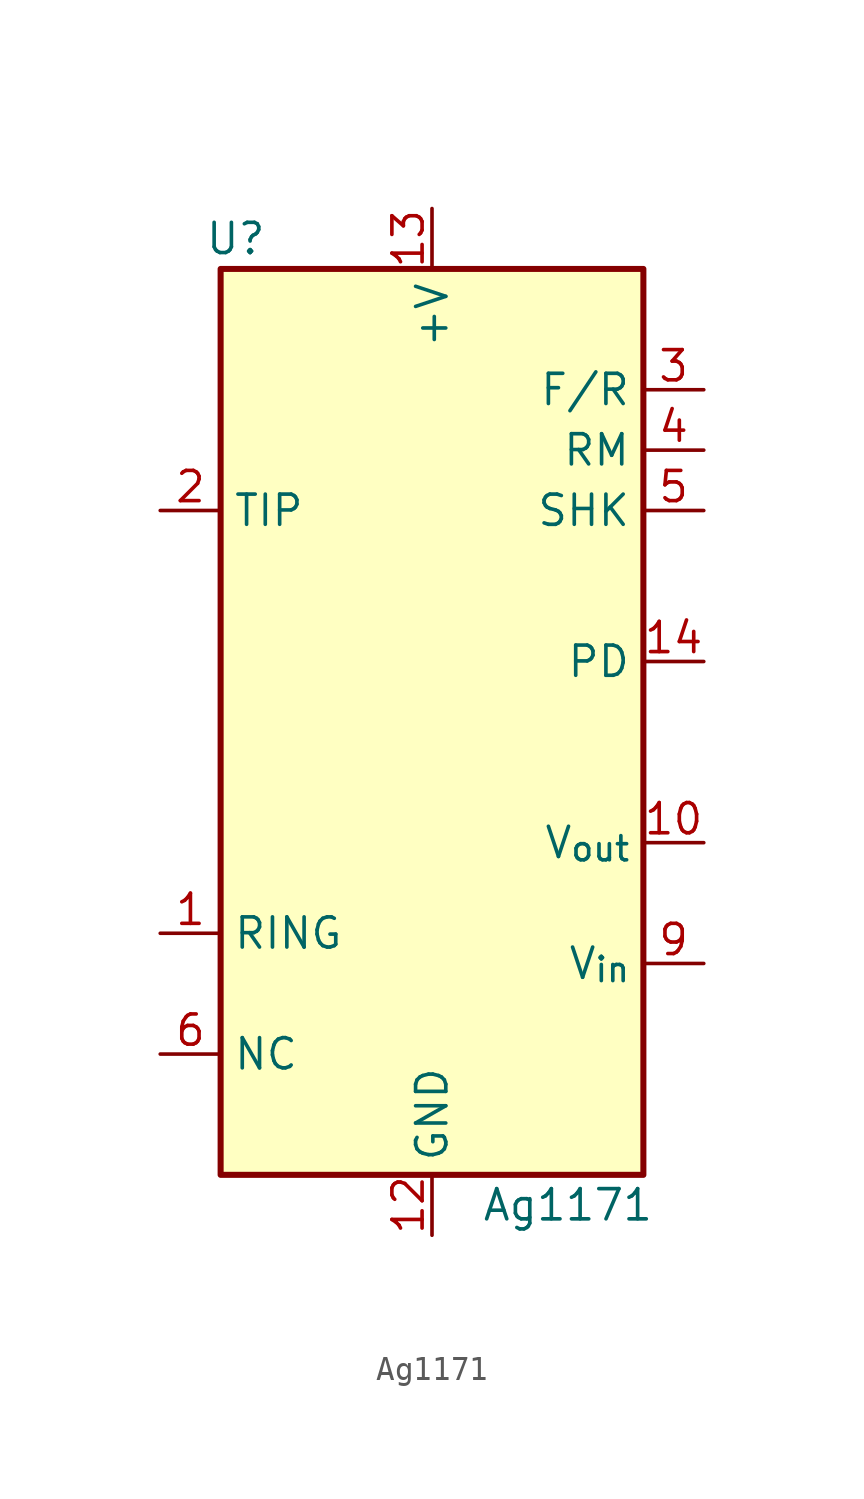
<source format=kicad_sym>
(kicad_symbol_lib
  (version 20231120)
  (generator "kicad_symbol_editor")
  (generator_version "8.0")
  (symbol "Ag1171"
    (property "Reference" "U"
      (at -8.255 20.32 0)
      (effects (font (size 1.27 1.27))))
    (property "Value" "Ag1171"
      (at 5.715 -20.32 0)
      (effects (font (size 1.27 1.27))))
    (symbol "Ag1171_1_1"
      (rectangle (start -8.89 19.05) (end 8.89 -19.05) (stroke (width 0.254) (type default)) (fill (type background)))
      (pin input line (at -11.43 -8.89 0) (length 2.54) (name "RING" (effects (font (size 1.27 1.27)))) (number "1" (effects (font (size 1.27 1.27)))))
      (pin input line (at 11.43 -5.08 180) (length 2.54) (name "V_{out}" (effects (font (size 1.27 1.27)))) (number "10" (effects (font (size 1.27 1.27)))))
      (pin input line (at -11.43 -13.97 0) (length 2.54) hide (name "NC" (effects (font (size 1.27 1.27)))) (number "11" (effects (font (size 1.27 1.27)))))
      (pin power_in line (at 0 -21.59 90) (length 2.54) (name "GND" (effects (font (size 1.27 1.27)))) (number "12" (effects (font (size 1.27 1.27)))))
      (pin power_in line (at 0 21.59 270) (length 2.54) (name "+V" (effects (font (size 1.27 1.27)))) (number "13" (effects (font (size 1.27 1.27)))))
      (pin input line (at 11.43 2.54 180) (length 2.54) (name "PD" (effects (font (size 1.27 1.27)))) (number "14" (effects (font (size 1.27 1.27)))))
      (pin input line (at -11.43 8.89 0) (length 2.54) (name "TIP" (effects (font (size 1.27 1.27)))) (number "2" (effects (font (size 1.27 1.27)))))
      (pin input line (at 11.43 13.97 180) (length 2.54) (name "F/R" (effects (font (size 1.27 1.27)))) (number "3" (effects (font (size 1.27 1.27)))))
      (pin input line (at 11.43 11.43 180) (length 2.54) (name "RM" (effects (font (size 1.27 1.27)))) (number "4" (effects (font (size 1.27 1.27)))))
      (pin input line (at 11.43 8.89 180) (length 2.54) (name "SHK" (effects (font (size 1.27 1.27)))) (number "5" (effects (font (size 1.27 1.27)))))
      (pin input line (at -11.43 -13.97 0) (length 2.54) (name "NC" (effects (font (size 1.27 1.27)))) (number "6" (effects (font (size 1.27 1.27)))))
      (pin input line (at -11.43 -13.97 0) (length 2.54) hide (name "NC" (effects (font (size 1.27 1.27)))) (number "7" (effects (font (size 1.27 1.27)))))
      (pin input line (at -11.43 -13.97 0) (length 2.54) hide (name "NC" (effects (font (size 1.27 1.27)))) (number "8" (effects (font (size 1.27 1.27)))))
      (pin input line (at 11.43 -10.16 180) (length 2.54) (name "V_{in}" (effects (font (size 1.27 1.27)))) (number "9" (effects (font (size 1.27 1.27))))))))
</source>
